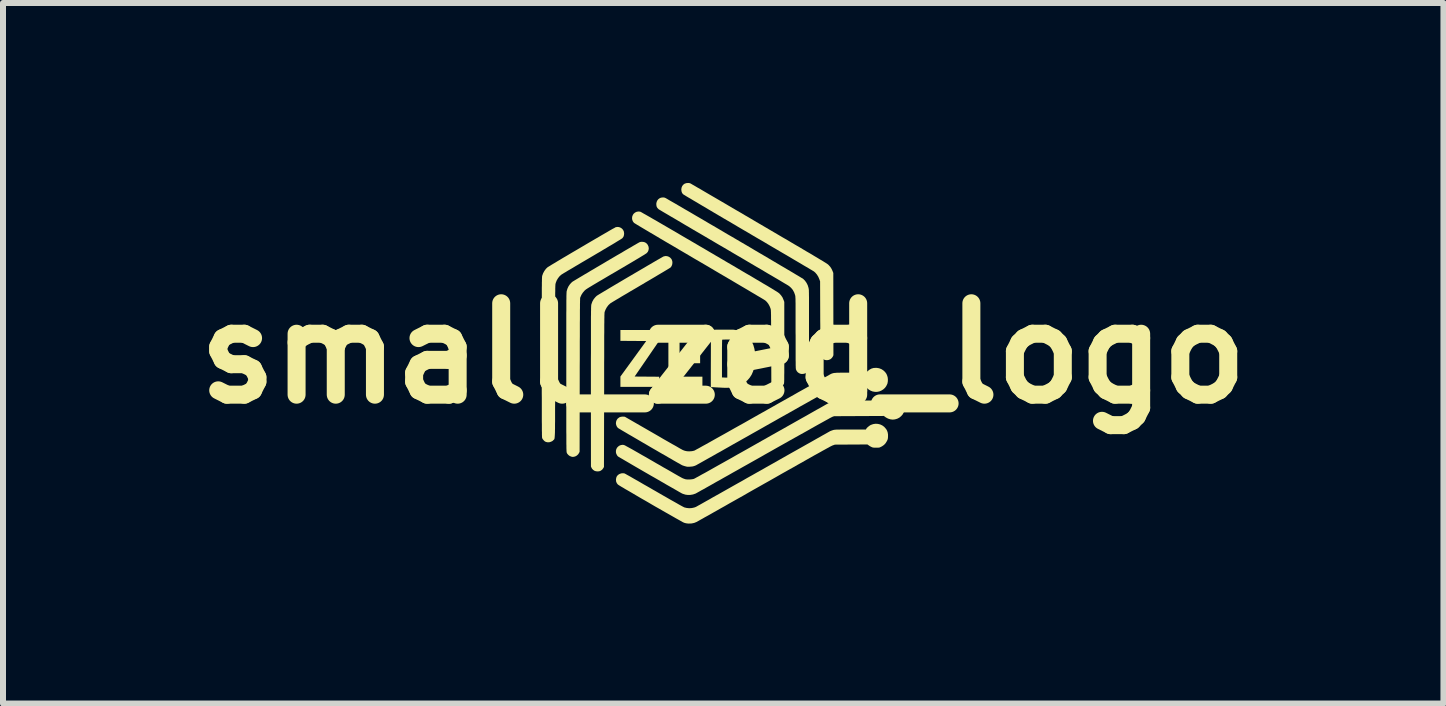
<source format=kicad_pcb>
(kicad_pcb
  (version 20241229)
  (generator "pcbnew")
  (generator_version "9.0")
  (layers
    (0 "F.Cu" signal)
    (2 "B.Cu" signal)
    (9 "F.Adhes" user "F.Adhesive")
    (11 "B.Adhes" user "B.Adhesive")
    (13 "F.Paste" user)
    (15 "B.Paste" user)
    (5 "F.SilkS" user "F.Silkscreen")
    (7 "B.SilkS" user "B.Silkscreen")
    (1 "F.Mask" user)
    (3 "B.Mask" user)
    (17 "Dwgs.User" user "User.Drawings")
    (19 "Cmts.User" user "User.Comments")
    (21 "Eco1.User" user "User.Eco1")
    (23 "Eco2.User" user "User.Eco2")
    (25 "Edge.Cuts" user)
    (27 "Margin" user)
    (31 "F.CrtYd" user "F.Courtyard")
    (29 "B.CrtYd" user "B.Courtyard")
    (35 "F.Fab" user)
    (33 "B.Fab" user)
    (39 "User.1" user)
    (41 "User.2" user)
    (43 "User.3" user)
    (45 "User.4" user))
  (footprint "small_zed_logo"
    (layer "F.Cu")
    (at 9.006 2.84)
    (property "Reference" "small_zed_logo" (at 0 0 0) (layer "F.SilkS") (effects (font (size 1.524 1.524) (thickness 0.3))))
    (attr board_only exclude_from_pos_files exclude_from_bom)
    (fp_poly (pts (xy -0.351 -0.22) (xy -0.728 -0.22) (xy -0.728 -0.004) (xy -0.385 -0.004) (xy -0.385 0.165) (xy -0.728 0.165) (xy -0.728 0.389) (xy -0.347 0.389) (xy -0.347 0.559) (xy -0.914 0.559) (xy -0.914 -0.389) (xy -0.351 -0.389)) (stroke (width 0) (type solid)) (fill yes) (layer "F.SilkS"))
    (fp_poly (pts (xy -1.067 -0.21) (xy -1.272 0.089) (xy -1.477 0.387) (xy -1.067 0.39) (xy -1.067 0.559) (xy -1.714 0.559) (xy -1.714 0.473) (xy -1.714 0.387) (xy -1.499 0.091) (xy -1.284 -0.205) (xy -1.714 -0.208) (xy -1.714 -0.389) (xy -1.067 -0.389)) (stroke (width 0) (type solid)) (fill yes) (layer "F.SilkS"))
    (fp_poly (pts (xy 0.089 -0.395) (xy 0.117 -0.395) (xy 0.139 -0.395) (xy 0.157 -0.394) (xy 0.171 -0.394) (xy 0.183 -0.392) (xy 0.194 -0.391) (xy 0.204 -0.389) (xy 0.214 -0.387) (xy 0.215 -0.386) (xy 0.274 -0.369) (xy 0.327 -0.345) (xy 0.374 -0.316) (xy 0.415 -0.281) (xy 0.449 -0.239) (xy 0.478 -0.192) (xy 0.502 -0.139) (xy 0.519 -0.079) (xy 0.529 -0.024) (xy 0.531 -0.004) (xy 0.532 0.023) (xy 0.533 0.053) (xy 0.533 0.084) (xy 0.533 0.115) (xy 0.532 0.143) (xy 0.53 0.167) (xy 0.529 0.176) (xy 0.516 0.242) (xy 0.497 0.302) (xy 0.473 0.357) (xy 0.442 0.405) (xy 0.405 0.448) (xy 0.363 0.485) (xy 0.313 0.516) (xy 0.267 0.538) (xy 0.226 0.552) (xy 0.178 0.563) (xy 0.124 0.57) (xy 0.111 0.571) (xy 0.093 0.573) (xy 0.077 0.574) (xy 0.063 0.575) (xy 0.048 0.575) (xy 0.032 0.575) (xy 0.011 0.574) (xy -0.014 0.573) (xy -0.046 0.571) (xy -0.047 0.571) (xy -0.074 0.57) (xy -0.104 0.568) (xy -0.132 0.567) (xy -0.156 0.565) (xy -0.16 0.565) (xy -0.207 0.562) (xy -0.207 0.402) (xy -0.021 0.402) (xy 0.01 0.403) (xy 0.042 0.405) (xy 0.068 0.405) (xy 0.089 0.405) (xy 0.107 0.404) (xy 0.123 0.402) (xy 0.132 0.4) (xy 0.176 0.389) (xy 0.215 0.37) (xy 0.248 0.346) (xy 0.276 0.314) (xy 0.298 0.276) (xy 0.316 0.232) (xy 0.328 0.181) (xy 0.334 0.124) (xy 0.336 0.08) (xy 0.333 0.021) (xy 0.325 -0.032) (xy 0.312 -0.079) (xy 0.293 -0.12) (xy 0.269 -0.154) (xy 0.238 -0.183) (xy 0.203 -0.205) (xy 0.161 -0.222) (xy 0.159 -0.223) (xy 0.147 -0.226) (xy 0.135 -0.228) (xy 0.119 -0.229) (xy 0.099 -0.23) (xy 0.073 -0.23) (xy 0.061 -0.23) (xy 0.037 -0.23) (xy 0.016 -0.229) (xy -0.001 -0.229) (xy -0.013 -0.228) (xy -0.016 -0.227) (xy -0.017 -0.224) (xy -0.018 -0.216) (xy -0.019 -0.203) (xy -0.019 -0.184) (xy -0.02 -0.159) (xy -0.02 -0.128) (xy -0.021 -0.09) (xy -0.021 -0.045) (xy -0.021 0.008) (xy -0.021 0.069) (xy -0.021 0.089) (xy -0.021 0.402) (xy -0.207 0.402) (xy -0.206 0.087) (xy -0.205 -0.387) (xy -0.178 -0.391) (xy -0.167 -0.392) (xy -0.15 -0.393) (xy -0.126 -0.394) (xy -0.096 -0.394) (xy -0.063 -0.395) (xy -0.028 -0.395) (xy 0.01 -0.395) (xy 0.013 -0.395) (xy 0.055 -0.395)) (stroke (width 0) (type solid)) (fill yes) (layer "F.SilkS"))
    (fp_poly (pts (xy -0.571 -2.839) (xy -0.556 -2.836) (xy -0.552 -2.835) (xy -0.547 -2.832) (xy -0.535 -2.826) (xy -0.517 -2.815) (xy -0.492 -2.801) (xy -0.461 -2.783) (xy -0.424 -2.761) (xy -0.381 -2.737) (xy -0.334 -2.709) (xy -0.281 -2.678) (xy -0.223 -2.644) (xy -0.161 -2.608) (xy -0.094 -2.569) (xy -0.024 -2.528) (xy 0.05 -2.485) (xy 0.127 -2.439) (xy 0.208 -2.392) (xy 0.291 -2.344) (xy 0.377 -2.293) (xy 0.465 -2.242) (xy 0.554 -2.189) (xy 0.595 -2.165) (xy 0.703 -2.102) (xy 0.805 -2.042) (xy 0.899 -1.987) (xy 0.987 -1.935) (xy 1.069 -1.888) (xy 1.144 -1.843) (xy 1.214 -1.802) (xy 1.278 -1.765) (xy 1.336 -1.73) (xy 1.39 -1.698) (xy 1.439 -1.67) (xy 1.483 -1.644) (xy 1.522 -1.62) (xy 1.558 -1.599) (xy 1.589 -1.58) (xy 1.617 -1.563) (xy 1.642 -1.549) (xy 1.663 -1.536) (xy 1.682 -1.524) (xy 1.698 -1.514) (xy 1.711 -1.506) (xy 1.722 -1.499) (xy 1.731 -1.493) (xy 1.739 -1.487) (xy 1.745 -1.483) (xy 1.749 -1.479) (xy 1.753 -1.476) (xy 1.756 -1.473) (xy 1.756 -1.473) (xy 1.784 -1.442) (xy 1.806 -1.408) (xy 1.824 -1.369) (xy 1.824 -1.368) (xy 1.835 -1.34) (xy 1.836 -0.654) (xy 1.837 0.031) (xy 1.827 0.054) (xy 1.81 0.078) (xy 1.788 0.097) (xy 1.762 0.109) (xy 1.732 0.114) (xy 1.726 0.114) (xy 1.71 0.113) (xy 1.696 0.11) (xy 1.691 0.109) (xy 1.67 0.098) (xy 1.652 0.085) (xy 1.64 0.073) (xy 1.637 0.07) (xy 1.635 0.066) (xy 1.632 0.063) (xy 1.63 0.06) (xy 1.628 0.055) (xy 1.627 0.05) (xy 1.625 0.042) (xy 1.624 0.033) (xy 1.623 0.021) (xy 1.622 0.007) (xy 1.621 -0.011) (xy 1.621 -0.033) (xy 1.62 -0.059) (xy 1.62 -0.089) (xy 1.619 -0.124) (xy 1.619 -0.165) (xy 1.619 -0.212) (xy 1.618 -0.264) (xy 1.618 -0.324) (xy 1.618 -0.39) (xy 1.618 -0.464) (xy 1.617 -0.546) (xy 1.617 -0.58) (xy 1.615 -1.2) (xy 1.603 -1.234) (xy 1.585 -1.276) (xy 1.562 -1.313) (xy 1.535 -1.345) (xy 1.512 -1.365) (xy 1.507 -1.368) (xy 1.495 -1.375) (xy 1.476 -1.387) (xy 1.45 -1.402) (xy 1.419 -1.421) (xy 1.381 -1.443) (xy 1.338 -1.468) (xy 1.29 -1.497) (xy 1.237 -1.528) (xy 1.179 -1.562) (xy 1.117 -1.599) (xy 1.051 -1.638) (xy 0.98 -1.679) (xy 0.907 -1.722) (xy 0.83 -1.767) (xy 0.75 -1.814) (xy 0.668 -1.863) (xy 0.583 -1.912) (xy 0.496 -1.963) (xy 0.419 -2.009) (xy 0.331 -2.06) (xy 0.244 -2.111) (xy 0.16 -2.161) (xy 0.078 -2.209) (xy -0.001 -2.255) (xy -0.077 -2.3) (xy -0.15 -2.343) (xy -0.219 -2.384) (xy -0.285 -2.423) (xy -0.346 -2.459) (xy -0.403 -2.493) (xy -0.455 -2.524) (xy -0.503 -2.552) (xy -0.544 -2.577) (xy -0.581 -2.598) (xy -0.611 -2.616) (xy -0.635 -2.631) (xy -0.653 -2.642) (xy -0.664 -2.649) (xy -0.668 -2.651) (xy -0.685 -2.672) (xy -0.694 -2.695) (xy -0.698 -2.722) (xy -0.699 -2.729) (xy -0.695 -2.76) (xy -0.684 -2.788) (xy -0.667 -2.81) (xy -0.645 -2.827) (xy -0.617 -2.837) (xy -0.586 -2.84)) (stroke (width 0) (type solid)) (fill yes) (layer "F.SilkS"))
    (fp_poly (pts (xy -0.936 -1.62) (xy -0.909 -1.611) (xy -0.885 -1.596) (xy -0.866 -1.575) (xy -0.858 -1.562) (xy -0.849 -1.536) (xy -0.847 -1.508) (xy -0.851 -1.48) (xy -0.861 -1.454) (xy -0.876 -1.433) (xy -0.879 -1.43) (xy -0.884 -1.427) (xy -0.896 -1.419) (xy -0.914 -1.408) (xy -0.939 -1.393) (xy -0.969 -1.375) (xy -1.004 -1.354) (xy -1.043 -1.331) (xy -1.087 -1.305) (xy -1.135 -1.276) (xy -1.186 -1.246) (xy -1.24 -1.214) (xy -1.297 -1.181) (xy -1.355 -1.146) (xy -1.376 -1.134) (xy -1.435 -1.099) (xy -1.493 -1.065) (xy -1.548 -1.033) (xy -1.601 -1.001) (xy -1.651 -0.972) (xy -1.697 -0.945) (xy -1.739 -0.919) (xy -1.777 -0.897) (xy -1.81 -0.877) (xy -1.837 -0.861) (xy -1.859 -0.847) (xy -1.874 -0.838) (xy -1.883 -0.832) (xy -1.884 -0.831) (xy -1.914 -0.803) (xy -1.941 -0.767) (xy -1.963 -0.726) (xy -1.975 -0.694) (xy -1.976 -0.692) (xy -1.977 -0.689) (xy -1.978 -0.685) (xy -1.978 -0.681) (xy -1.979 -0.675) (xy -1.979 -0.667) (xy -1.98 -0.657) (xy -1.98 -0.646) (xy -1.981 -0.632) (xy -1.981 -0.615) (xy -1.981 -0.595) (xy -1.982 -0.572) (xy -1.982 -0.545) (xy -1.982 -0.514) (xy -1.983 -0.479) (xy -1.983 -0.44) (xy -1.983 -0.396) (xy -1.983 -0.347) (xy -1.984 -0.293) (xy -1.984 -0.233) (xy -1.984 -0.167) (xy -1.984 -0.095) (xy -1.984 -0.016) (xy -1.984 0.069) (xy -1.985 0.161) (xy -1.985 0.261) (xy -1.985 0.368) (xy -1.985 0.483) (xy -1.985 0.606) (xy -1.985 0.612) (xy -1.988 1.894) (xy -1.999 1.914) (xy -2.018 1.939) (xy -2.043 1.957) (xy -2.054 1.962) (xy -2.073 1.967) (xy -2.096 1.968) (xy -2.119 1.966) (xy -2.138 1.961) (xy -2.14 1.961) (xy -2.167 1.944) (xy -2.187 1.923) (xy -2.196 1.907) (xy -2.205 1.886) (xy -2.206 0.55) (xy -2.206 0.424) (xy -2.206 0.306) (xy -2.206 0.196) (xy -2.206 0.093) (xy -2.205 -0.002) (xy -2.205 -0.09) (xy -2.205 -0.171) (xy -2.205 -0.246) (xy -2.205 -0.314) (xy -2.205 -0.377) (xy -2.205 -0.434) (xy -2.205 -0.485) (xy -2.205 -0.532) (xy -2.205 -0.573) (xy -2.205 -0.611) (xy -2.204 -0.644) (xy -2.204 -0.673) (xy -2.204 -0.698) (xy -2.203 -0.72) (xy -2.203 -0.739) (xy -2.203 -0.755) (xy -2.202 -0.768) (xy -2.202 -0.779) (xy -2.201 -0.788) (xy -2.201 -0.796) (xy -2.2 -0.802) (xy -2.2 -0.807) (xy -2.199 -0.811) (xy -2.198 -0.815) (xy -2.197 -0.818) (xy -2.197 -0.819) (xy -2.182 -0.862) (xy -2.159 -0.903) (xy -2.13 -0.938) (xy -2.108 -0.959) (xy -2.102 -0.963) (xy -2.089 -0.971) (xy -2.07 -0.983) (xy -2.045 -0.998) (xy -2.015 -1.016) (xy -1.98 -1.037) (xy -1.941 -1.06) (xy -1.898 -1.086) (xy -1.851 -1.114) (xy -1.802 -1.143) (xy -1.751 -1.173) (xy -1.697 -1.205) (xy -1.643 -1.237) (xy -1.587 -1.27) (xy -1.532 -1.302) (xy -1.476 -1.335) (xy -1.421 -1.367) (xy -1.367 -1.399) (xy -1.315 -1.429) (xy -1.265 -1.459) (xy -1.218 -1.486) (xy -1.174 -1.512) (xy -1.133 -1.536) (xy -1.097 -1.557) (xy -1.065 -1.575) (xy -1.039 -1.59) (xy -1.018 -1.602) (xy -1.003 -1.611) (xy -0.994 -1.615) (xy -0.993 -1.615) (xy -0.965 -1.622)) (stroke (width 0) (type solid)) (fill yes) (layer "F.SilkS"))
    (fp_poly (pts (xy -1.386 -2.362) (xy -1.386 -2.362) (xy -1.381 -2.36) (xy -1.373 -2.356) (xy -1.359 -2.349) (xy -1.341 -2.338) (xy -1.318 -2.325) (xy -1.289 -2.309) (xy -1.256 -2.29) (xy -1.217 -2.268) (xy -1.173 -2.242) (xy -1.123 -2.214) (xy -1.067 -2.181) (xy -1.005 -2.145) (xy -0.938 -2.106) (xy -0.864 -2.063) (xy -0.783 -2.016) (xy -0.697 -1.965) (xy -0.603 -1.91) (xy -0.503 -1.852) (xy -0.396 -1.789) (xy -0.281 -1.722) (xy -0.227 -1.69) (xy -0.118 -1.626) (xy -0.017 -1.567) (xy 0.078 -1.511) (xy 0.166 -1.46) (xy 0.247 -1.412) (xy 0.323 -1.367) (xy 0.393 -1.326) (xy 0.457 -1.289) (xy 0.516 -1.254) (xy 0.569 -1.222) (xy 0.618 -1.194) (xy 0.662 -1.167) (xy 0.702 -1.144) (xy 0.738 -1.123) (xy 0.769 -1.104) (xy 0.798 -1.087) (xy 0.822 -1.072) (xy 0.844 -1.059) (xy 0.862 -1.047) (xy 0.878 -1.038) (xy 0.892 -1.029) (xy 0.903 -1.022) (xy 0.912 -1.016) (xy 0.92 -1.01) (xy 0.926 -1.006) (xy 0.931 -1.002) (xy 0.935 -0.999) (xy 0.938 -0.996) (xy 0.939 -0.994) (xy 0.966 -0.964) (xy 0.988 -0.932) (xy 1.004 -0.894) (xy 1.007 -0.888) (xy 1.018 -0.857) (xy 1.018 -0.18) (xy 1.018 -0.091) (xy 1.018 -0.011) (xy 1.018 0.062) (xy 1.018 0.128) (xy 1.018 0.187) (xy 1.018 0.239) (xy 1.018 0.285) (xy 1.018 0.326) (xy 1.017 0.361) (xy 1.017 0.391) (xy 1.017 0.417) (xy 1.017 0.438) (xy 1.016 0.456) (xy 1.016 0.471) (xy 1.015 0.482) (xy 1.015 0.491) (xy 1.014 0.498) (xy 1.013 0.503) (xy 1.012 0.507) (xy 1.011 0.51) (xy 1.01 0.512) (xy 1.01 0.512) (xy 0.995 0.535) (xy 0.975 0.554) (xy 0.959 0.564) (xy 0.94 0.571) (xy 0.917 0.574) (xy 0.893 0.574) (xy 0.873 0.57) (xy 0.87 0.569) (xy 0.844 0.555) (xy 0.822 0.534) (xy 0.814 0.522) (xy 0.802 0.502) (xy 0.8 -0.108) (xy 0.8 -0.192) (xy 0.799 -0.268) (xy 0.799 -0.337) (xy 0.799 -0.398) (xy 0.798 -0.453) (xy 0.798 -0.501) (xy 0.798 -0.543) (xy 0.797 -0.58) (xy 0.797 -0.612) (xy 0.797 -0.639) (xy 0.796 -0.661) (xy 0.796 -0.68) (xy 0.795 -0.696) (xy 0.795 -0.708) (xy 0.794 -0.718) (xy 0.793 -0.726) (xy 0.792 -0.733) (xy 0.791 -0.737) (xy 0.79 -0.742) (xy 0.79 -0.743) (xy 0.774 -0.784) (xy 0.753 -0.823) (xy 0.727 -0.857) (xy 0.698 -0.884) (xy 0.692 -0.887) (xy 0.68 -0.895) (xy 0.66 -0.907) (xy 0.635 -0.922) (xy 0.603 -0.941) (xy 0.565 -0.963) (xy 0.522 -0.989) (xy 0.474 -1.017) (xy 0.421 -1.049) (xy 0.363 -1.083) (xy 0.3 -1.12) (xy 0.234 -1.159) (xy 0.163 -1.201) (xy 0.09 -1.244) (xy 0.013 -1.289) (xy -0.067 -1.336) (xy -0.15 -1.385) (xy -0.234 -1.435) (xy -0.321 -1.486) (xy -0.4 -1.532) (xy -0.488 -1.583) (xy -0.574 -1.634) (xy -0.659 -1.684) (xy -0.741 -1.732) (xy -0.82 -1.779) (xy -0.896 -1.823) (xy -0.969 -1.866) (xy -1.039 -1.907) (xy -1.104 -1.946) (xy -1.166 -1.983) (xy -1.223 -2.016) (xy -1.275 -2.047) (xy -1.322 -2.075) (xy -1.364 -2.1) (xy -1.401 -2.122) (xy -1.431 -2.14) (xy -1.455 -2.155) (xy -1.473 -2.166) (xy -1.484 -2.173) (xy -1.488 -2.176) (xy -1.505 -2.198) (xy -1.516 -2.224) (xy -1.52 -2.252) (xy -1.517 -2.28) (xy -1.507 -2.306) (xy -1.494 -2.326) (xy -1.471 -2.346) (xy -1.444 -2.359) (xy -1.416 -2.364)) (stroke (width 0) (type solid)) (fill yes) (layer "F.SilkS"))
    (fp_poly (pts (xy -1.321 -1.856) (xy -1.295 -1.845) (xy -1.272 -1.827) (xy -1.257 -1.806) (xy -1.245 -1.778) (xy -1.241 -1.749) (xy -1.245 -1.721) (xy -1.256 -1.694) (xy -1.274 -1.673) (xy -1.279 -1.668) (xy -1.288 -1.662) (xy -1.302 -1.653) (xy -1.32 -1.641) (xy -1.344 -1.627) (xy -1.372 -1.61) (xy -1.406 -1.589) (xy -1.445 -1.566) (xy -1.49 -1.539) (xy -1.542 -1.508) (xy -1.6 -1.474) (xy -1.664 -1.436) (xy -1.736 -1.394) (xy -1.788 -1.363) (xy -1.859 -1.322) (xy -1.922 -1.285) (xy -1.979 -1.251) (xy -2.03 -1.221) (xy -2.075 -1.195) (xy -2.115 -1.171) (xy -2.149 -1.151) (xy -2.179 -1.133) (xy -2.205 -1.117) (xy -2.227 -1.104) (xy -2.245 -1.093) (xy -2.261 -1.083) (xy -2.273 -1.075) (xy -2.284 -1.068) (xy -2.292 -1.062) (xy -2.299 -1.056) (xy -2.305 -1.051) (xy -2.31 -1.047) (xy -2.313 -1.043) (xy -2.34 -1.012) (xy -2.364 -0.975) (xy -2.381 -0.936) (xy -2.384 -0.929) (xy -2.385 -0.926) (xy -2.385 -0.921) (xy -2.386 -0.913) (xy -2.386 -0.902) (xy -2.386 -0.888) (xy -2.387 -0.87) (xy -2.387 -0.848) (xy -2.388 -0.823) (xy -2.388 -0.793) (xy -2.388 -0.758) (xy -2.389 -0.719) (xy -2.389 -0.675) (xy -2.389 -0.625) (xy -2.389 -0.57) (xy -2.39 -0.509) (xy -2.39 -0.442) (xy -2.39 -0.368) (xy -2.39 -0.288) (xy -2.391 -0.201) (xy -2.391 -0.107) (xy -2.391 -0.006) (xy -2.391 0.103) (xy -2.392 0.22) (xy -2.392 0.345) (xy -2.392 0.364) (xy -2.394 1.64) (xy -2.403 1.66) (xy -2.418 1.683) (xy -2.439 1.703) (xy -2.463 1.717) (xy -2.49 1.725) (xy -2.516 1.726) (xy -2.529 1.723) (xy -2.558 1.712) (xy -2.582 1.694) (xy -2.601 1.672) (xy -2.61 1.652) (xy -2.61 1.649) (xy -2.611 1.646) (xy -2.611 1.64) (xy -2.612 1.633) (xy -2.612 1.624) (xy -2.613 1.613) (xy -2.613 1.599) (xy -2.614 1.581) (xy -2.614 1.561) (xy -2.614 1.537) (xy -2.615 1.51) (xy -2.615 1.479) (xy -2.615 1.443) (xy -2.615 1.402) (xy -2.615 1.357) (xy -2.616 1.307) (xy -2.616 1.251) (xy -2.616 1.19) (xy -2.616 1.123) (xy -2.616 1.049) (xy -2.616 0.969) (xy -2.616 0.882) (xy -2.616 0.789) (xy -2.616 0.688) (xy -2.616 0.579) (xy -2.616 0.462) (xy -2.616 0.338) (xy -2.616 0.312) (xy -2.616 0.186) (xy -2.616 0.068) (xy -2.616 -0.042) (xy -2.616 -0.145) (xy -2.616 -0.24) (xy -2.616 -0.328) (xy -2.616 -0.409) (xy -2.616 -0.484) (xy -2.616 -0.552) (xy -2.616 -0.615) (xy -2.616 -0.672) (xy -2.615 -0.723) (xy -2.615 -0.77) (xy -2.615 -0.811) (xy -2.615 -0.848) (xy -2.615 -0.881) (xy -2.614 -0.909) (xy -2.614 -0.934) (xy -2.614 -0.956) (xy -2.613 -0.974) (xy -2.613 -0.99) (xy -2.612 -1.002) (xy -2.612 -1.013) (xy -2.611 -1.021) (xy -2.611 -1.028) (xy -2.61 -1.033) (xy -2.61 -1.037) (xy -2.609 -1.038) (xy -2.597 -1.078) (xy -2.579 -1.117) (xy -2.555 -1.152) (xy -2.528 -1.181) (xy -2.514 -1.193) (xy -2.508 -1.197) (xy -2.495 -1.205) (xy -2.475 -1.217) (xy -2.45 -1.232) (xy -2.42 -1.25) (xy -2.385 -1.271) (xy -2.346 -1.294) (xy -2.303 -1.32) (xy -2.256 -1.347) (xy -2.207 -1.377) (xy -2.155 -1.407) (xy -2.102 -1.439) (xy -2.047 -1.471) (xy -1.991 -1.504) (xy -1.936 -1.537) (xy -1.88 -1.57) (xy -1.825 -1.602) (xy -1.771 -1.634) (xy -1.718 -1.664) (xy -1.668 -1.694) (xy -1.621 -1.722) (xy -1.576 -1.748) (xy -1.535 -1.771) (xy -1.499 -1.793) (xy -1.467 -1.811) (xy -1.44 -1.827) (xy -1.419 -1.839) (xy -1.403 -1.848) (xy -1.395 -1.852) (xy -1.393 -1.853) (xy -1.38 -1.857) (xy -1.363 -1.859) (xy -1.353 -1.859)) (stroke (width 0) (type solid)) (fill yes) (layer "F.SilkS"))
    (fp_poly (pts (xy -0.99 -2.598) (xy -0.972 -2.594) (xy -0.966 -2.591) (xy -0.954 -2.585) (xy -0.935 -2.574) (xy -0.91 -2.559) (xy -0.879 -2.541) (xy -0.842 -2.52) (xy -0.8 -2.496) (xy -0.754 -2.469) (xy -0.702 -2.439) (xy -0.647 -2.406) (xy -0.587 -2.372) (xy -0.524 -2.335) (xy -0.458 -2.296) (xy -0.389 -2.256) (xy -0.317 -2.214) (xy -0.243 -2.17) (xy -0.167 -2.126) (xy -0.09 -2.081) (xy -0.012 -2.035) (xy 0.067 -1.988) (xy 0.147 -1.942) (xy 0.227 -1.895) (xy 0.307 -1.848) (xy 0.386 -1.802) (xy 0.464 -1.756) (xy 0.541 -1.71) (xy 0.616 -1.666) (xy 0.69 -1.623) (xy 0.761 -1.581) (xy 0.83 -1.54) (xy 0.896 -1.501) (xy 0.958 -1.464) (xy 1.017 -1.43) (xy 1.072 -1.397) (xy 1.123 -1.367) (xy 1.169 -1.34) (xy 1.21 -1.315) (xy 1.246 -1.294) (xy 1.276 -1.276) (xy 1.3 -1.261) (xy 1.318 -1.251) (xy 1.329 -1.244) (xy 1.333 -1.241) (xy 1.363 -1.211) (xy 1.389 -1.174) (xy 1.409 -1.134) (xy 1.422 -1.091) (xy 1.426 -1.069) (xy 1.427 -1.061) (xy 1.428 -1.048) (xy 1.428 -1.029) (xy 1.429 -1.004) (xy 1.429 -0.973) (xy 1.43 -0.936) (xy 1.43 -0.893) (xy 1.43 -0.842) (xy 1.43 -0.784) (xy 1.43 -0.72) (xy 1.43 -0.647) (xy 1.43 -0.567) (xy 1.43 -0.479) (xy 1.43 -0.387) (xy 1.43 -0.301) (xy 1.43 -0.222) (xy 1.43 -0.152) (xy 1.429 -0.088) (xy 1.429 -0.031) (xy 1.429 0.019) (xy 1.429 0.063) (xy 1.429 0.102) (xy 1.428 0.135) (xy 1.428 0.164) (xy 1.428 0.188) (xy 1.427 0.209) (xy 1.427 0.225) (xy 1.426 0.239) (xy 1.426 0.249) (xy 1.425 0.258) (xy 1.424 0.264) (xy 1.423 0.269) (xy 1.423 0.273) (xy 1.422 0.276) (xy 1.42 0.278) (xy 1.42 0.279) (xy 1.404 0.305) (xy 1.382 0.325) (xy 1.356 0.338) (xy 1.327 0.344) (xy 1.297 0.343) (xy 1.296 0.343) (xy 1.268 0.333) (xy 1.244 0.317) (xy 1.225 0.295) (xy 1.213 0.269) (xy 1.212 0.268) (xy 1.211 0.264) (xy 1.211 0.257) (xy 1.21 0.248) (xy 1.209 0.236) (xy 1.209 0.22) (xy 1.208 0.2) (xy 1.208 0.176) (xy 1.208 0.147) (xy 1.207 0.113) (xy 1.207 0.074) (xy 1.207 0.028) (xy 1.207 -0.023) (xy 1.207 -0.082) (xy 1.207 -0.147) (xy 1.207 -0.22) (xy 1.207 -0.301) (xy 1.206 -0.345) (xy 1.206 -0.428) (xy 1.206 -0.503) (xy 1.206 -0.57) (xy 1.206 -0.63) (xy 1.206 -0.683) (xy 1.206 -0.73) (xy 1.206 -0.771) (xy 1.206 -0.807) (xy 1.206 -0.837) (xy 1.205 -0.864) (xy 1.205 -0.886) (xy 1.205 -0.904) (xy 1.204 -0.919) (xy 1.203 -0.932) (xy 1.203 -0.942) (xy 1.202 -0.95) (xy 1.201 -0.956) (xy 1.2 -0.962) (xy 1.199 -0.967) (xy 1.198 -0.971) (xy 1.182 -1.016) (xy 1.16 -1.057) (xy 1.13 -1.093) (xy 1.095 -1.123) (xy 1.089 -1.127) (xy 1.083 -1.131) (xy 1.07 -1.139) (xy 1.05 -1.151) (xy 1.024 -1.166) (xy 0.992 -1.185) (xy 0.954 -1.208) (xy 0.91 -1.234) (xy 0.862 -1.262) (xy 0.808 -1.294) (xy 0.749 -1.328) (xy 0.687 -1.365) (xy 0.62 -1.405) (xy 0.549 -1.446) (xy 0.476 -1.489) (xy 0.398 -1.535) (xy 0.319 -1.582) (xy 0.236 -1.63) (xy 0.151 -1.68) (xy 0.065 -1.731) (xy -0.002 -1.77) (xy -0.09 -1.821) (xy -0.176 -1.872) (xy -0.26 -1.921) (xy -0.341 -1.969) (xy -0.42 -2.015) (xy -0.496 -2.059) (xy -0.568 -2.102) (xy -0.637 -2.142) (xy -0.702 -2.181) (xy -0.763 -2.217) (xy -0.819 -2.25) (xy -0.871 -2.28) (xy -0.918 -2.308) (xy -0.959 -2.332) (xy -0.995 -2.353) (xy -1.025 -2.371) (xy -1.048 -2.385) (xy -1.065 -2.395) (xy -1.076 -2.402) (xy -1.079 -2.404) (xy -1.098 -2.424) (xy -1.11 -2.447) (xy -1.115 -2.473) (xy -1.115 -2.5) (xy -1.109 -2.526) (xy -1.097 -2.551) (xy -1.08 -2.571) (xy -1.057 -2.587) (xy -1.057 -2.587) (xy -1.037 -2.595) (xy -1.013 -2.598)) (stroke (width 0) (type solid)) (fill yes) (layer "F.SilkS"))
    (fp_poly (pts (xy 2.559 0.242) (xy 2.599 0.249) (xy 2.636 0.263) (xy 2.669 0.284) (xy 2.698 0.311) (xy 2.721 0.343) (xy 2.735 0.377) (xy 2.742 0.404) (xy 2.745 0.436) (xy 2.744 0.467) (xy 2.739 0.496) (xy 2.736 0.508) (xy 2.718 0.545) (xy 2.696 0.576) (xy 2.668 0.601) (xy 2.636 0.621) (xy 2.602 0.635) (xy 2.566 0.642) (xy 2.529 0.642) (xy 2.492 0.636) (xy 2.456 0.622) (xy 2.423 0.602) (xy 2.412 0.593) (xy 2.392 0.575) (xy 1.848 0.578) (xy 1.818 0.589) (xy 1.812 0.592) (xy 1.799 0.599) (xy 1.779 0.61) (xy 1.753 0.624) (xy 1.72 0.642) (xy 1.682 0.664) (xy 1.637 0.688) (xy 1.588 0.716) (xy 1.534 0.746) (xy 1.474 0.779) (xy 1.411 0.815) (xy 1.343 0.853) (xy 1.271 0.893) (xy 1.196 0.936) (xy 1.118 0.98) (xy 1.036 1.026) (xy 0.952 1.073) (xy 0.866 1.122) (xy 0.777 1.172) (xy 0.687 1.223) (xy 0.675 1.23) (xy 0.585 1.281) (xy 0.496 1.331) (xy 0.41 1.38) (xy 0.326 1.427) (xy 0.245 1.473) (xy 0.166 1.517) (xy 0.091 1.56) (xy 0.02 1.6) (xy -0.048 1.639) (xy -0.112 1.674) (xy -0.171 1.708) (xy -0.225 1.738) (xy -0.275 1.766) (xy -0.319 1.791) (xy -0.358 1.813) (xy -0.39 1.831) (xy -0.417 1.846) (xy -0.437 1.857) (xy -0.45 1.865) (xy -0.457 1.868) (xy -0.457 1.868) (xy -0.474 1.875) (xy -0.492 1.881) (xy -0.497 1.882) (xy -0.513 1.886) (xy -0.534 1.888) (xy -0.557 1.89) (xy -0.579 1.891) (xy -0.597 1.89) (xy -0.603 1.89) (xy -0.628 1.884) (xy -0.653 1.877) (xy -0.676 1.869) (xy -0.686 1.865) (xy -0.695 1.86) (xy -0.711 1.851) (xy -0.733 1.838) (xy -0.761 1.823) (xy -0.794 1.804) (xy -0.831 1.783) (xy -0.871 1.759) (xy -0.916 1.734) (xy -0.963 1.706) (xy -1.013 1.678) (xy -1.065 1.648) (xy -1.118 1.617) (xy -1.172 1.586) (xy -1.227 1.554) (xy -1.281 1.522) (xy -1.335 1.491) (xy -1.388 1.46) (xy -1.439 1.43) (xy -1.489 1.401) (xy -1.535 1.374) (xy -1.579 1.349) (xy -1.619 1.325) (xy -1.655 1.304) (xy -1.686 1.286) (xy -1.712 1.27) (xy -1.732 1.258) (xy -1.747 1.249) (xy -1.755 1.244) (xy -1.756 1.243) (xy -1.773 1.221) (xy -1.784 1.195) (xy -1.789 1.168) (xy -1.786 1.14) (xy -1.777 1.114) (xy -1.762 1.091) (xy -1.755 1.085) (xy -1.732 1.067) (xy -1.707 1.058) (xy -1.679 1.055) (xy -1.669 1.055) (xy -1.64 1.057) (xy -1.168 1.329) (xy -1.109 1.363) (xy -1.052 1.396) (xy -0.998 1.428) (xy -0.945 1.458) (xy -0.896 1.486) (xy -0.851 1.512) (xy -0.809 1.535) (xy -0.772 1.556) (xy -0.74 1.575) (xy -0.714 1.59) (xy -0.693 1.601) (xy -0.679 1.609) (xy -0.671 1.613) (xy -0.671 1.613) (xy -0.639 1.625) (xy -0.604 1.632) (xy -0.566 1.634) (xy -0.552 1.633) (xy -0.522 1.631) (xy -0.498 1.626) (xy -0.48 1.621) (xy -0.474 1.618) (xy -0.461 1.611) (xy -0.44 1.599) (xy -0.413 1.585) (xy -0.379 1.566) (xy -0.34 1.544) (xy -0.294 1.519) (xy -0.242 1.49) (xy -0.185 1.458) (xy -0.123 1.423) (xy -0.055 1.385) (xy 0.017 1.345) (xy 0.095 1.301) (xy 0.176 1.255) (xy 0.262 1.207) (xy 0.352 1.157) (xy 0.445 1.104) (xy 0.542 1.049) (xy 0.643 0.992) (xy 0.665 0.98) (xy 0.755 0.929) (xy 0.844 0.879) (xy 0.93 0.83) (xy 1.014 0.783) (xy 1.096 0.737) (xy 1.174 0.693) (xy 1.249 0.65) (xy 1.321 0.61) (xy 1.389 0.572) (xy 1.452 0.536) (xy 1.511 0.503) (xy 1.566 0.472) (xy 1.615 0.444) (xy 1.66 0.419) (xy 1.698 0.398) (xy 1.731 0.38) (xy 1.758 0.365) (xy 1.778 0.353) (xy 1.791 0.346) (xy 1.798 0.343) (xy 1.798 0.343) (xy 1.808 0.338) (xy 1.818 0.335) (xy 1.828 0.332) (xy 1.84 0.329) (xy 1.854 0.327) (xy 1.87 0.326) (xy 1.89 0.324) (xy 1.914 0.323) (xy 1.943 0.323) (xy 1.977 0.322) (xy 2.018 0.322) (xy 2.066 0.322) (xy 2.121 0.322) (xy 2.13 0.322) (xy 2.38 0.322) (xy 2.407 0.297) (xy 2.439 0.272) (xy 2.472 0.254) (xy 2.508 0.244) (xy 2.548 0.242)) (stroke (width 0) (type solid)) (fill yes) (layer "F.SilkS"))
    (fp_poly (pts (xy -1.735 -2.104) (xy -1.708 -2.093) (xy -1.687 -2.078) (xy -1.669 -2.057) (xy -1.657 -2.032) (xy -1.652 -2.002) (xy -1.654 -1.972) (xy -1.663 -1.944) (xy -1.68 -1.921) (xy -1.684 -1.917) (xy -1.69 -1.913) (xy -1.702 -1.905) (xy -1.721 -1.893) (xy -1.746 -1.878) (xy -1.776 -1.86) (xy -1.811 -1.838) (xy -1.851 -1.814) (xy -1.896 -1.788) (xy -1.944 -1.759) (xy -1.995 -1.729) (xy -2.049 -1.696) (xy -2.106 -1.663) (xy -2.165 -1.628) (xy -2.189 -1.614) (xy -2.248 -1.579) (xy -2.306 -1.545) (xy -2.361 -1.513) (xy -2.414 -1.481) (xy -2.464 -1.452) (xy -2.51 -1.424) (xy -2.553 -1.399) (xy -2.591 -1.377) (xy -2.623 -1.357) (xy -2.651 -1.341) (xy -2.673 -1.327) (xy -2.688 -1.318) (xy -2.697 -1.312) (xy -2.699 -1.311) (xy -2.728 -1.285) (xy -2.754 -1.252) (xy -2.776 -1.215) (xy -2.791 -1.176) (xy -2.796 -1.157) (xy -2.797 -1.153) (xy -2.797 -1.148) (xy -2.798 -1.14) (xy -2.798 -1.13) (xy -2.799 -1.118) (xy -2.799 -1.103) (xy -2.8 -1.084) (xy -2.8 -1.062) (xy -2.8 -1.037) (xy -2.801 -1.007) (xy -2.801 -0.974) (xy -2.801 -0.935) (xy -2.801 -0.892) (xy -2.802 -0.844) (xy -2.802 -0.79) (xy -2.802 -0.731) (xy -2.802 -0.666) (xy -2.802 -0.595) (xy -2.802 -0.517) (xy -2.802 -0.433) (xy -2.802 -0.341) (xy -2.802 -0.242) (xy -2.802 -0.136) (xy -2.802 -0.022) (xy -2.802 0.101) (xy -2.802 0.129) (xy -2.802 0.253) (xy -2.802 0.369) (xy -2.802 0.476) (xy -2.802 0.576) (xy -2.802 0.669) (xy -2.802 0.755) (xy -2.802 0.834) (xy -2.803 0.906) (xy -2.803 0.972) (xy -2.803 1.033) (xy -2.803 1.088) (xy -2.803 1.137) (xy -2.804 1.181) (xy -2.804 1.221) (xy -2.804 1.256) (xy -2.805 1.287) (xy -2.805 1.314) (xy -2.806 1.337) (xy -2.807 1.357) (xy -2.808 1.374) (xy -2.809 1.388) (xy -2.81 1.4) (xy -2.811 1.41) (xy -2.812 1.417) (xy -2.813 1.423) (xy -2.815 1.428) (xy -2.816 1.431) (xy -2.818 1.434) (xy -2.82 1.436) (xy -2.822 1.439) (xy -2.824 1.441) (xy -2.827 1.443) (xy -2.828 1.444) (xy -2.847 1.462) (xy -2.872 1.474) (xy -2.899 1.482) (xy -2.927 1.483) (xy -2.937 1.481) (xy -2.951 1.478) (xy -2.964 1.473) (xy -2.966 1.472) (xy -2.981 1.462) (xy -2.995 1.447) (xy -3.009 1.43) (xy -3.018 1.414) (xy -3.019 1.411) (xy -3.019 1.409) (xy -3.02 1.404) (xy -3.02 1.397) (xy -3.021 1.387) (xy -3.021 1.375) (xy -3.022 1.359) (xy -3.022 1.34) (xy -3.022 1.317) (xy -3.023 1.29) (xy -3.023 1.26) (xy -3.023 1.224) (xy -3.023 1.184) (xy -3.024 1.139) (xy -3.024 1.089) (xy -3.024 1.033) (xy -3.024 0.972) (xy -3.024 0.904) (xy -3.024 0.83) (xy -3.024 0.75) (xy -3.025 0.663) (xy -3.025 0.569) (xy -3.025 0.467) (xy -3.025 0.358) (xy -3.025 0.241) (xy -3.025 0.116) (xy -3.025 0.064) (xy -3.025 -0.063) (xy -3.025 -0.18) (xy -3.025 -0.29) (xy -3.025 -0.393) (xy -3.025 -0.488) (xy -3.025 -0.576) (xy -3.025 -0.657) (xy -3.025 -0.731) (xy -3.024 -0.8) (xy -3.024 -0.862) (xy -3.024 -0.919) (xy -3.024 -0.97) (xy -3.024 -1.017) (xy -3.024 -1.058) (xy -3.024 -1.095) (xy -3.023 -1.128) (xy -3.023 -1.157) (xy -3.023 -1.182) (xy -3.022 -1.203) (xy -3.022 -1.222) (xy -3.022 -1.238) (xy -3.021 -1.251) (xy -3.021 -1.262) (xy -3.02 -1.27) (xy -3.02 -1.277) (xy -3.019 -1.283) (xy -3.019 -1.288) (xy -3.018 -1.291) (xy -3.017 -1.294) (xy -3.017 -1.295) (xy -3.002 -1.336) (xy -2.981 -1.374) (xy -2.955 -1.409) (xy -2.929 -1.434) (xy -2.923 -1.438) (xy -2.91 -1.446) (xy -2.89 -1.458) (xy -2.865 -1.474) (xy -2.835 -1.492) (xy -2.799 -1.513) (xy -2.76 -1.537) (xy -2.716 -1.563) (xy -2.67 -1.591) (xy -2.62 -1.62) (xy -2.568 -1.651) (xy -2.514 -1.683) (xy -2.459 -1.715) (xy -2.403 -1.748) (xy -2.347 -1.781) (xy -2.291 -1.814) (xy -2.235 -1.847) (xy -2.18 -1.879) (xy -2.127 -1.91) (xy -2.077 -1.939) (xy -2.028 -1.968) (xy -1.983 -1.994) (xy -1.941 -2.018) (xy -1.904 -2.04) (xy -1.871 -2.059) (xy -1.843 -2.075) (xy -1.82 -2.087) (xy -1.804 -2.096) (xy -1.794 -2.102) (xy -1.791 -2.103) (xy -1.763 -2.107)) (stroke (width 0) (type solid)) (fill yes) (layer "F.SilkS"))
    (fp_poly (pts (xy 2.854 0.705) (xy 2.892 0.713) (xy 2.926 0.728) (xy 2.957 0.75) (xy 2.97 0.763) (xy 2.996 0.795) (xy 3.014 0.829) (xy 3.024 0.865) (xy 3.027 0.902) (xy 3.023 0.943) (xy 3.011 0.982) (xy 2.992 1.017) (xy 2.967 1.046) (xy 2.936 1.072) (xy 2.901 1.09) (xy 2.863 1.101) (xy 2.825 1.105) (xy 2.786 1.1) (xy 2.748 1.088) (xy 2.712 1.069) (xy 2.698 1.059) (xy 2.678 1.044) (xy 2.263 1.046) (xy 1.848 1.048) (xy 1.818 1.059) (xy 1.812 1.062) (xy 1.799 1.069) (xy 1.779 1.079) (xy 1.753 1.094) (xy 1.72 1.112) (xy 1.682 1.133) (xy 1.637 1.158) (xy 1.588 1.185) (xy 1.533 1.216) (xy 1.474 1.249) (xy 1.411 1.285) (xy 1.343 1.323) (xy 1.271 1.363) (xy 1.196 1.405) (xy 1.117 1.449) (xy 1.036 1.495) (xy 0.952 1.542) (xy 0.865 1.591) (xy 0.777 1.641) (xy 0.686 1.692) (xy 0.673 1.7) (xy 0.583 1.751) (xy 0.494 1.801) (xy 0.407 1.85) (xy 0.323 1.897) (xy 0.242 1.943) (xy 0.163 1.987) (xy 0.088 2.03) (xy 0.016 2.07) (xy -0.052 2.109) (xy -0.116 2.144) (xy -0.175 2.178) (xy -0.23 2.209) (xy -0.28 2.237) (xy -0.324 2.262) (xy -0.363 2.283) (xy -0.396 2.302) (xy -0.423 2.317) (xy -0.443 2.328) (xy -0.457 2.336) (xy -0.464 2.339) (xy -0.464 2.339) (xy -0.505 2.353) (xy -0.549 2.36) (xy -0.595 2.36) (xy -0.628 2.356) (xy -0.648 2.35) (xy -0.67 2.343) (xy -0.683 2.338) (xy -0.691 2.334) (xy -0.705 2.326) (xy -0.725 2.315) (xy -0.751 2.3) (xy -0.782 2.282) (xy -0.817 2.262) (xy -0.857 2.239) (xy -0.901 2.214) (xy -0.947 2.188) (xy -0.996 2.159) (xy -1.047 2.13) (xy -1.1 2.099) (xy -1.154 2.068) (xy -1.209 2.037) (xy -1.264 2.005) (xy -1.318 1.974) (xy -1.371 1.943) (xy -1.423 1.913) (xy -1.473 1.884) (xy -1.521 1.856) (xy -1.565 1.83) (xy -1.606 1.806) (xy -1.644 1.784) (xy -1.676 1.765) (xy -1.704 1.749) (xy -1.727 1.735) (xy -1.743 1.726) (xy -1.753 1.719) (xy -1.756 1.717) (xy -1.767 1.704) (xy -1.777 1.686) (xy -1.785 1.667) (xy -1.788 1.654) (xy -1.789 1.626) (xy -1.783 1.599) (xy -1.771 1.575) (xy -1.753 1.555) (xy -1.731 1.539) (xy -1.705 1.529) (xy -1.678 1.525) (xy -1.654 1.528) (xy -1.648 1.531) (xy -1.634 1.537) (xy -1.615 1.548) (xy -1.589 1.562) (xy -1.556 1.58) (xy -1.516 1.602) (xy -1.469 1.629) (xy -1.416 1.659) (xy -1.356 1.694) (xy -1.288 1.732) (xy -1.214 1.775) (xy -1.167 1.802) (xy -1.109 1.836) (xy -1.052 1.868) (xy -0.998 1.9) (xy -0.946 1.929) (xy -0.897 1.957) (xy -0.852 1.983) (xy -0.811 2.007) (xy -0.774 2.028) (xy -0.743 2.046) (xy -0.717 2.06) (xy -0.696 2.072) (xy -0.682 2.079) (xy -0.675 2.083) (xy -0.675 2.083) (xy -0.656 2.09) (xy -0.636 2.097) (xy -0.624 2.1) (xy -0.597 2.103) (xy -0.567 2.103) (xy -0.536 2.101) (xy -0.507 2.097) (xy -0.487 2.092) (xy -0.482 2.089) (xy -0.468 2.082) (xy -0.449 2.071) (xy -0.422 2.057) (xy -0.39 2.039) (xy -0.351 2.017) (xy -0.306 1.993) (xy -0.256 1.965) (xy -0.201 1.934) (xy -0.141 1.9) (xy -0.077 1.864) (xy -0.007 1.825) (xy 0.066 1.784) (xy 0.143 1.741) (xy 0.223 1.695) (xy 0.307 1.648) (xy 0.394 1.599) (xy 0.484 1.548) (xy 0.576 1.496) (xy 0.653 1.452) (xy 0.744 1.401) (xy 0.832 1.351) (xy 0.919 1.302) (xy 1.003 1.255) (xy 1.084 1.209) (xy 1.162 1.165) (xy 1.238 1.122) (xy 1.309 1.082) (xy 1.377 1.044) (xy 1.44 1.008) (xy 1.5 0.974) (xy 1.554 0.943) (xy 1.604 0.916) (xy 1.648 0.891) (xy 1.686 0.869) (xy 1.719 0.85) (xy 1.746 0.836) (xy 1.766 0.824) (xy 1.779 0.817) (xy 1.785 0.813) (xy 1.786 0.813) (xy 1.799 0.807) (xy 1.817 0.801) (xy 1.836 0.796) (xy 1.836 0.796) (xy 1.842 0.794) (xy 1.848 0.793) (xy 1.855 0.792) (xy 1.863 0.791) (xy 1.873 0.79) (xy 1.886 0.79) (xy 1.901 0.789) (xy 1.921 0.789) (xy 1.944 0.788) (xy 1.972 0.788) (xy 2.005 0.788) (xy 2.044 0.788) (xy 2.09 0.787) (xy 2.142 0.787) (xy 2.201 0.787) (xy 2.264 0.787) (xy 2.659 0.787) (xy 2.68 0.764) (xy 2.699 0.747) (xy 2.72 0.732) (xy 2.737 0.723) (xy 2.755 0.715) (xy 2.77 0.709) (xy 2.784 0.706) (xy 2.801 0.704) (xy 2.812 0.704)) (stroke (width 0) (type solid)) (fill yes) (layer "F.SilkS"))
    (fp_poly (pts (xy 2.577 1.176) (xy 2.615 1.185) (xy 2.65 1.201) (xy 2.682 1.224) (xy 2.694 1.237) (xy 2.717 1.264) (xy 2.732 1.291) (xy 2.742 1.321) (xy 2.747 1.354) (xy 2.747 1.386) (xy 2.746 1.407) (xy 2.744 1.422) (xy 2.741 1.435) (xy 2.736 1.447) (xy 2.729 1.462) (xy 2.707 1.498) (xy 2.68 1.527) (xy 2.647 1.55) (xy 2.635 1.556) (xy 2.621 1.563) (xy 2.61 1.568) (xy 2.6 1.571) (xy 2.588 1.572) (xy 2.573 1.573) (xy 2.552 1.573) (xy 2.549 1.573) (xy 2.526 1.573) (xy 2.51 1.572) (xy 2.497 1.57) (xy 2.487 1.568) (xy 2.477 1.564) (xy 2.471 1.561) (xy 2.453 1.552) (xy 2.435 1.541) (xy 2.425 1.534) (xy 2.404 1.519) (xy 1.861 1.522) (xy 1.825 1.535) (xy 1.819 1.537) (xy 1.809 1.542) (xy 1.795 1.549) (xy 1.777 1.558) (xy 1.755 1.571) (xy 1.728 1.585) (xy 1.696 1.603) (xy 1.659 1.623) (xy 1.617 1.647) (xy 1.57 1.673) (xy 1.517 1.702) (xy 1.459 1.735) (xy 1.395 1.771) (xy 1.325 1.811) (xy 1.248 1.854) (xy 1.166 1.901) (xy 1.076 1.951) (xy 0.98 2.005) (xy 0.877 2.064) (xy 0.768 2.126) (xy 0.684 2.173) (xy 0.594 2.224) (xy 0.505 2.274) (xy 0.419 2.323) (xy 0.336 2.371) (xy 0.254 2.417) (xy 0.176 2.461) (xy 0.101 2.503) (xy 0.03 2.544) (xy -0.038 2.582) (xy -0.101 2.618) (xy -0.16 2.651) (xy -0.214 2.682) (xy -0.264 2.71) (xy -0.308 2.734) (xy -0.346 2.756) (xy -0.379 2.774) (xy -0.405 2.789) (xy -0.425 2.8) (xy -0.438 2.808) (xy -0.444 2.811) (xy -0.445 2.811) (xy -0.484 2.827) (xy -0.528 2.836) (xy -0.574 2.838) (xy -0.599 2.836) (xy -0.619 2.833) (xy -0.64 2.828) (xy -0.654 2.823) (xy -0.661 2.82) (xy -0.676 2.813) (xy -0.696 2.801) (xy -0.722 2.787) (xy -0.754 2.769) (xy -0.79 2.749) (xy -0.83 2.726) (xy -0.874 2.701) (xy -0.921 2.674) (xy -0.971 2.646) (xy -1.023 2.616) (xy -1.077 2.585) (xy -1.132 2.554) (xy -1.187 2.522) (xy -1.243 2.489) (xy -1.298 2.457) (xy -1.353 2.426) (xy -1.406 2.395) (xy -1.457 2.365) (xy -1.506 2.336) (xy -1.552 2.309) (xy -1.595 2.284) (xy -1.634 2.262) (xy -1.668 2.241) (xy -1.698 2.224) (xy -1.722 2.209) (xy -1.74 2.198) (xy -1.751 2.19) (xy -1.756 2.187) (xy -1.774 2.164) (xy -1.785 2.138) (xy -1.788 2.108) (xy -1.788 2.106) (xy -1.784 2.076) (xy -1.773 2.049) (xy -1.755 2.028) (xy -1.731 2.012) (xy -1.703 2.002) (xy -1.685 1.999) (xy -1.665 1.999) (xy -1.651 2.001) (xy -1.638 2.005) (xy -1.632 2.009) (xy -1.619 2.016) (xy -1.6 2.027) (xy -1.574 2.041) (xy -1.544 2.058) (xy -1.508 2.079) (xy -1.468 2.102) (xy -1.423 2.127) (xy -1.375 2.155) (xy -1.324 2.185) (xy -1.269 2.216) (xy -1.213 2.248) (xy -1.155 2.282) (xy -1.147 2.286) (xy -1.071 2.33) (xy -1 2.371) (xy -0.935 2.408) (xy -0.876 2.442) (xy -0.824 2.471) (xy -0.778 2.497) (xy -0.738 2.52) (xy -0.706 2.538) (xy -0.68 2.552) (xy -0.661 2.562) (xy -0.649 2.568) (xy -0.646 2.569) (xy -0.607 2.578) (xy -0.565 2.582) (xy -0.523 2.579) (xy -0.482 2.57) (xy -0.455 2.56) (xy -0.45 2.557) (xy -0.437 2.55) (xy -0.418 2.539) (xy -0.392 2.525) (xy -0.36 2.507) (xy -0.323 2.486) (xy -0.279 2.461) (xy -0.23 2.434) (xy -0.177 2.403) (xy -0.118 2.37) (xy -0.055 2.335) (xy 0.012 2.297) (xy 0.083 2.257) (xy 0.157 2.215) (xy 0.235 2.171) (xy 0.316 2.126) (xy 0.399 2.078) (xy 0.485 2.03) (xy 0.573 1.98) (xy 0.663 1.93) (xy 0.664 1.929) (xy 0.753 1.878) (xy 0.841 1.829) (xy 0.927 1.78) (xy 1.01 1.733) (xy 1.091 1.687) (xy 1.169 1.643) (xy 1.244 1.601) (xy 1.315 1.561) (xy 1.382 1.523) (xy 1.445 1.488) (xy 1.503 1.455) (xy 1.557 1.424) (xy 1.606 1.397) (xy 1.649 1.372) (xy 1.687 1.351) (xy 1.719 1.333) (xy 1.745 1.318) (xy 1.765 1.307) (xy 1.777 1.3) (xy 1.783 1.297) (xy 1.783 1.297) (xy 1.798 1.291) (xy 1.817 1.284) (xy 1.836 1.278) (xy 1.843 1.276) (xy 1.851 1.275) (xy 1.859 1.274) (xy 1.869 1.273) (xy 1.882 1.272) (xy 1.897 1.271) (xy 1.917 1.271) (xy 1.941 1.271) (xy 1.97 1.27) (xy 2.006 1.27) (xy 2.048 1.27) (xy 2.097 1.27) (xy 2.123 1.27) (xy 2.378 1.27) (xy 2.384 1.259) (xy 2.393 1.246) (xy 2.407 1.232) (xy 2.425 1.217) (xy 2.444 1.203) (xy 2.461 1.193) (xy 2.462 1.193) (xy 2.499 1.18) (xy 2.538 1.174)) (stroke (width 0) (type solid)) (fill yes) (layer "F.SilkS")))
  (gr_rect
    (start -3 -3)
    (end 21.012 8.678)
    (stroke (width 0.1) (type default))
    (fill no)
    (layer "Edge.Cuts")))
</source>
